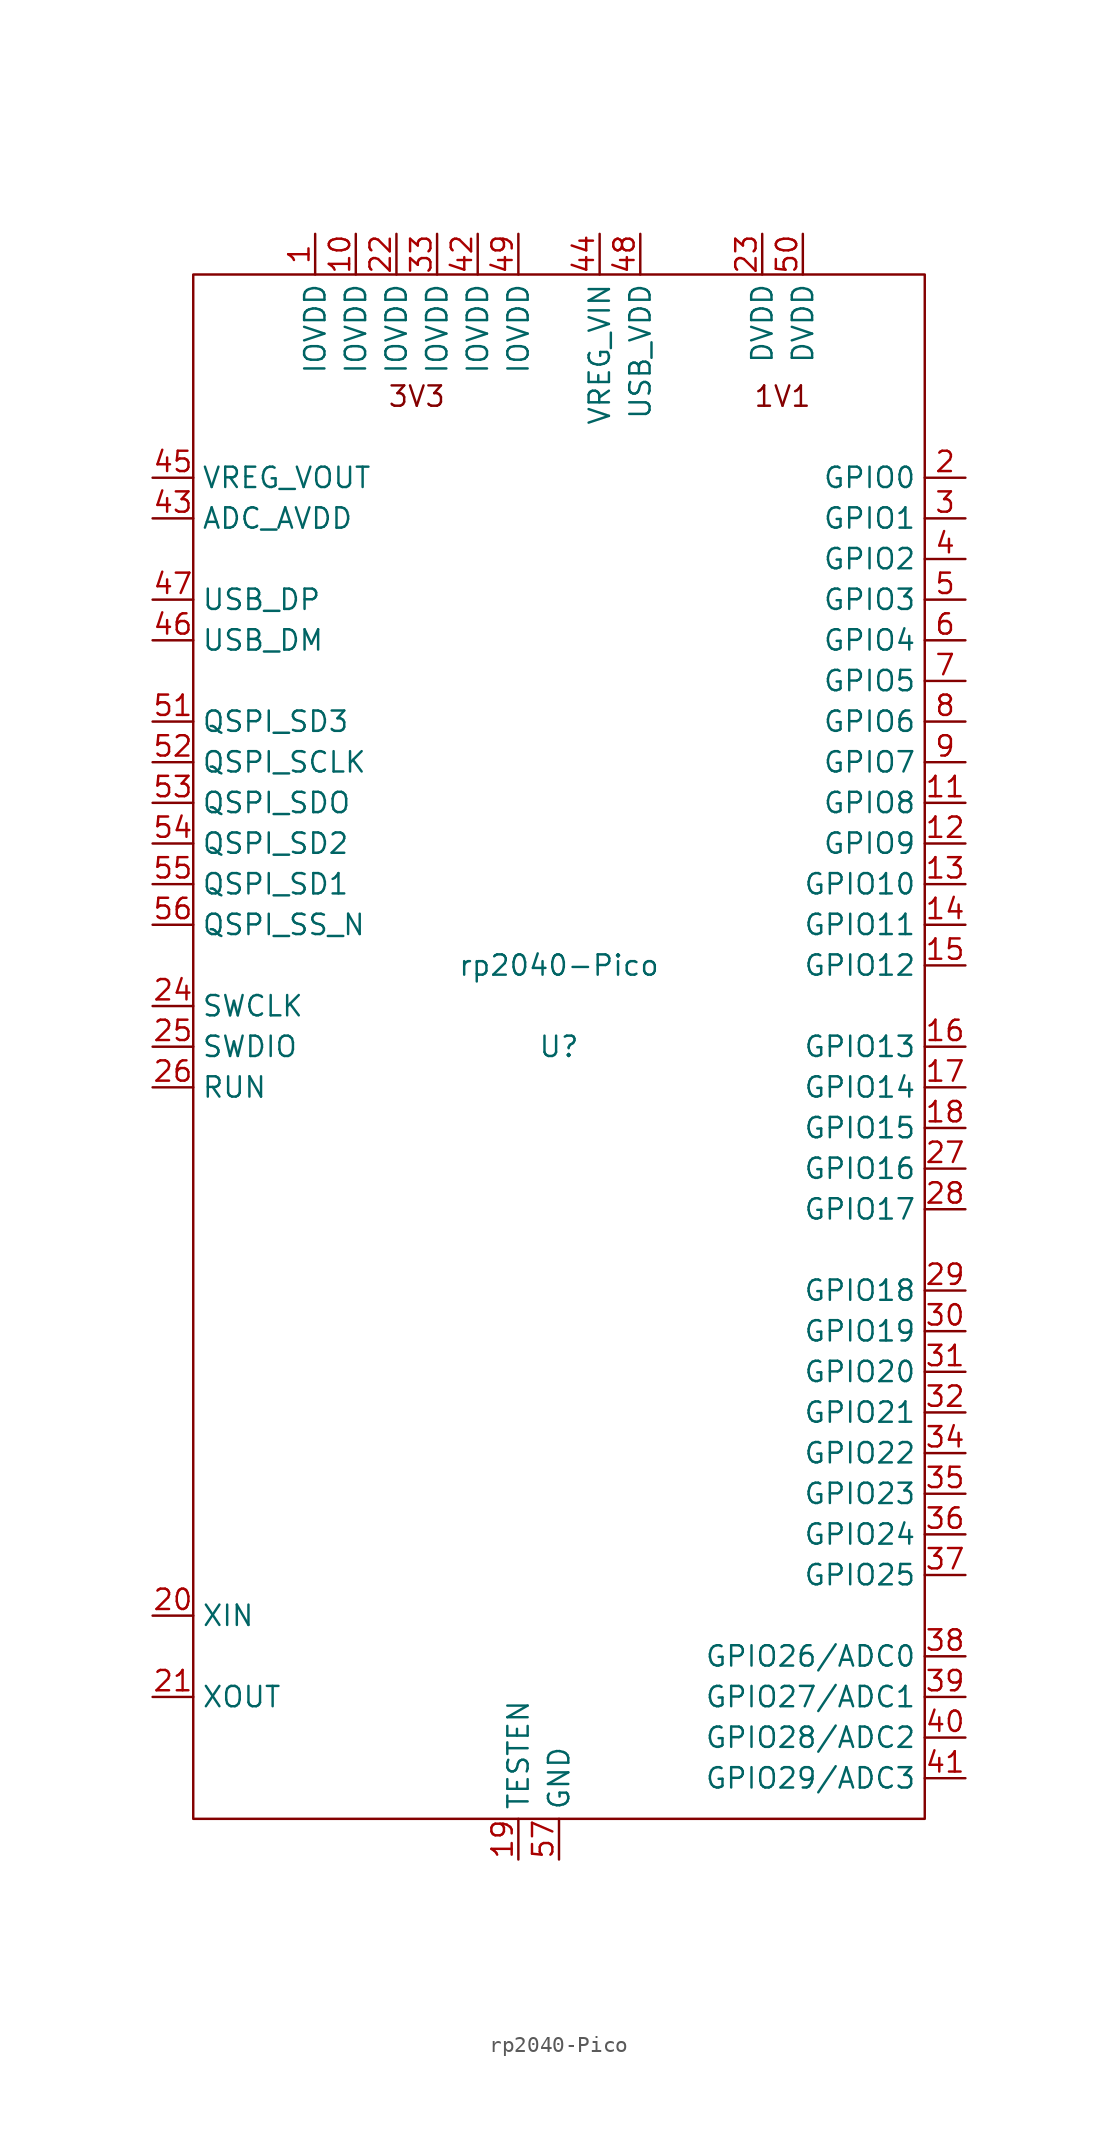
<source format=kicad_sym>
(kicad_symbol_lib
  (version 20211014)
  (generator kicad_symbol_editor)
  (symbol "rp2040-Pico"
    (property "Reference" "U"
      (at 0 -2.54 0)
      (effects (font (size 1.27 1.27))))
    (property "Value" "rp2040-Pico"
      (at 0 2.54 0)
      (effects (font (size 1.27 1.27))))
    (property "DNP" ""
      (at 0 25.4 0)
      (effects (font (size 1.27 1.27))))
    (symbol "rp2040-Pico_0_0"
      (text "1V1" (at 13.97 38.1 0) (effects (font (size 1.27 1.27))))
      (text "3V3" (at -8.89 38.1 0) (effects (font (size 1.27 1.27)))))
    (symbol "rp2040-Pico_0_1"
      (rectangle (start -22.86 45.72) (end 22.86 -50.8) (stroke (width 0) (type default) (color 0 0 0 0)) (fill (type none))))
    (symbol "rp2040-Pico_1_1"
      (pin bidirectional line (at -15.24 48.26 270) (length 2.54) (name "IOVDD" (effects (font (size 1.27 1.27)))) (number "1" (effects (font (size 1.27 1.27)))))
      (pin bidirectional line (at -12.7 48.26 270) (length 2.54) (name "IOVDD" (effects (font (size 1.27 1.27)))) (number "10" (effects (font (size 1.27 1.27)))))
      (pin bidirectional line (at 25.4 12.7 180) (length 2.54) (name "GPIO8" (effects (font (size 1.27 1.27)))) (number "11" (effects (font (size 1.27 1.27)))) (alternate "I2C0 SDA" bidirectional line) (alternate "SPI1 RX" bidirectional line) (alternate "UART1 TX" bidirectional line))
      (pin bidirectional line (at 25.4 10.16 180) (length 2.54) (name "GPIO9" (effects (font (size 1.27 1.27)))) (number "12" (effects (font (size 1.27 1.27)))) (alternate "I2C0 SCL" bidirectional line) (alternate "SPI1 CSn" bidirectional line) (alternate "UART1 RX" bidirectional line))
      (pin bidirectional line (at 25.4 7.62 180) (length 2.54) (name "GPIO10" (effects (font (size 1.27 1.27)))) (number "13" (effects (font (size 1.27 1.27)))))
      (pin bidirectional line (at 25.4 5.08 180) (length 2.54) (name "GPIO11" (effects (font (size 1.27 1.27)))) (number "14" (effects (font (size 1.27 1.27)))) (alternate "I2C1 SDA" bidirectional line) (alternate "SPI1 SCK" bidirectional line))
      (pin bidirectional line (at 25.4 2.54 180) (length 2.54) (name "GPIO12" (effects (font (size 1.27 1.27)))) (number "15" (effects (font (size 1.27 1.27)))) (alternate "I2C1 SCL" bidirectional line) (alternate "SPI1 TX" bidirectional line))
      (pin bidirectional line (at 25.4 -2.54 180) (length 2.54) (name "GPIO13" (effects (font (size 1.27 1.27)))) (number "16" (effects (font (size 1.27 1.27)))) (alternate "I2C0 SDA" bidirectional line) (alternate "SPI1 RX" bidirectional line) (alternate "UART0 TX" bidirectional line))
      (pin bidirectional line (at 25.4 -5.08 180) (length 2.54) (name "GPIO14" (effects (font (size 1.27 1.27)))) (number "17" (effects (font (size 1.27 1.27)))) (alternate "I2C0 SCL" bidirectional line) (alternate "SPI1 CSn" bidirectional line) (alternate "UART0 RX" bidirectional line))
      (pin bidirectional line (at 25.4 -7.62 180) (length 2.54) (name "GPIO15" (effects (font (size 1.27 1.27)))) (number "18" (effects (font (size 1.27 1.27)))))
      (pin bidirectional line (at -2.54 -53.34 90) (length 2.54) (name "TESTEN" (effects (font (size 1.27 1.27)))) (number "19" (effects (font (size 1.27 1.27)))) (alternate "I2C1 SDA" bidirectional line) (alternate "SPI1 SCK" bidirectional line))
      (pin bidirectional line (at 25.4 33.02 180) (length 2.54) (name "GPIO0" (effects (font (size 1.27 1.27)))) (number "2" (effects (font (size 1.27 1.27)))))
      (pin bidirectional line (at -25.4 -38.1 0) (length 2.54) (name "XIN" (effects (font (size 1.27 1.27)))) (number "20" (effects (font (size 1.27 1.27)))) (alternate "I2C1 SCL" bidirectional line) (alternate "SPI1 TX" bidirectional line))
      (pin bidirectional line (at -25.4 -43.18 0) (length 2.54) (name "XOUT" (effects (font (size 1.27 1.27)))) (number "21" (effects (font (size 1.27 1.27)))) (alternate "I2C0 SDA" bidirectional line) (alternate "SPI0 RX" bidirectional line) (alternate "UART0 TX" bidirectional line))
      (pin bidirectional line (at -10.16 48.26 270) (length 2.54) (name "IOVDD" (effects (font (size 1.27 1.27)))) (number "22" (effects (font (size 1.27 1.27)))) (alternate "I2C0 SCL" bidirectional line) (alternate "SPI0 CSn" bidirectional line) (alternate "UART0 RX" bidirectional line))
      (pin bidirectional line (at 12.7 48.26 270) (length 2.54) (name "DVDD" (effects (font (size 1.27 1.27)))) (number "23" (effects (font (size 1.27 1.27)))))
      (pin bidirectional line (at -25.4 0 0) (length 2.54) (name "SWCLK" (effects (font (size 1.27 1.27)))) (number "24" (effects (font (size 1.27 1.27)))) (alternate "I2C1 SDA" bidirectional line) (alternate "SPI0 SCK" bidirectional line))
      (pin bidirectional line (at -25.4 -2.54 0) (length 2.54) (name "SWDIO" (effects (font (size 1.27 1.27)))) (number "25" (effects (font (size 1.27 1.27)))) (alternate "I2C1 SCL" bidirectional line) (alternate "SPI0 TX" bidirectional line))
      (pin bidirectional line (at -25.4 -5.08 0) (length 2.54) (name "RUN" (effects (font (size 1.27 1.27)))) (number "26" (effects (font (size 1.27 1.27)))) (alternate "I2C0 SDA" bidirectional line))
      (pin bidirectional line (at 25.4 -10.16 180) (length 2.54) (name "GPIO16" (effects (font (size 1.27 1.27)))) (number "27" (effects (font (size 1.27 1.27)))) (alternate "I2C0 SCL" bidirectional line))
      (pin bidirectional line (at 25.4 -12.7 180) (length 2.54) (name "GPIO17" (effects (font (size 1.27 1.27)))) (number "28" (effects (font (size 1.27 1.27)))))
      (pin bidirectional line (at 25.4 -17.78 180) (length 2.54) (name "GPIO18" (effects (font (size 1.27 1.27)))) (number "29" (effects (font (size 1.27 1.27)))))
      (pin bidirectional line (at 25.4 30.48 180) (length 2.54) (name "GPIO1" (effects (font (size 1.27 1.27)))) (number "3" (effects (font (size 1.27 1.27)))))
      (pin bidirectional line (at 25.4 -20.32 180) (length 2.54) (name "GPIO19" (effects (font (size 1.27 1.27)))) (number "30" (effects (font (size 1.27 1.27)))) (alternate "ADC0" bidirectional line) (alternate "I2C1 SDA" bidirectional line))
      (pin bidirectional line (at 25.4 -22.86 180) (length 2.54) (name "GPIO20" (effects (font (size 1.27 1.27)))) (number "31" (effects (font (size 1.27 1.27)))) (alternate "ADC1" bidirectional line) (alternate "I2C1 SCL" bidirectional line))
      (pin bidirectional line (at 25.4 -25.4 180) (length 2.54) (name "GPIO21" (effects (font (size 1.27 1.27)))) (number "32" (effects (font (size 1.27 1.27)))) (alternate "ADC2" bidirectional line))
      (pin bidirectional line (at -7.62 48.26 270) (length 2.54) (name "IOVDD" (effects (font (size 1.27 1.27)))) (number "33" (effects (font (size 1.27 1.27)))))
      (pin bidirectional line (at 25.4 -27.94 180) (length 2.54) (name "GPIO22" (effects (font (size 1.27 1.27)))) (number "34" (effects (font (size 1.27 1.27)))))
      (pin bidirectional line (at 25.4 -30.48 180) (length 2.54) (name "GPIO23" (effects (font (size 1.27 1.27)))) (number "35" (effects (font (size 1.27 1.27)))))
      (pin bidirectional line (at 25.4 -33.02 180) (length 2.54) (name "GPIO24" (effects (font (size 1.27 1.27)))) (number "36" (effects (font (size 1.27 1.27)))))
      (pin bidirectional line (at 25.4 -35.56 180) (length 2.54) (name "GPIO25" (effects (font (size 1.27 1.27)))) (number "37" (effects (font (size 1.27 1.27)))))
      (pin bidirectional line (at 25.4 -40.64 180) (length 2.54) (name "GPIO26/ADC0" (effects (font (size 1.27 1.27)))) (number "38" (effects (font (size 1.27 1.27)))) (alternate "ADC0" bidirectional line))
      (pin bidirectional line (at 25.4 -43.18 180) (length 2.54) (name "GPIO27/ADC1" (effects (font (size 1.27 1.27)))) (number "39" (effects (font (size 1.27 1.27)))) (alternate "ADC1" bidirectional line))
      (pin bidirectional line (at 25.4 27.94 180) (length 2.54) (name "GPIO2" (effects (font (size 1.27 1.27)))) (number "4" (effects (font (size 1.27 1.27)))))
      (pin bidirectional line (at 25.4 -45.72 180) (length 2.54) (name "GPIO28/ADC2" (effects (font (size 1.27 1.27)))) (number "40" (effects (font (size 1.27 1.27)))) (alternate "ADC2" bidirectional line))
      (pin bidirectional line (at 25.4 -48.26 180) (length 2.54) (name "GPIO29/ADC3" (effects (font (size 1.27 1.27)))) (number "41" (effects (font (size 1.27 1.27)))) (alternate "ADC3" bidirectional line))
      (pin bidirectional line (at -5.08 48.26 270) (length 2.54) (name "IOVDD" (effects (font (size 1.27 1.27)))) (number "42" (effects (font (size 1.27 1.27)))))
      (pin bidirectional line (at -25.4 30.48 0) (length 2.54) (name "ADC_AVDD" (effects (font (size 1.27 1.27)))) (number "43" (effects (font (size 1.27 1.27)))))
      (pin bidirectional line (at 2.54 48.26 270) (length 2.54) (name "VREG_VIN" (effects (font (size 1.27 1.27)))) (number "44" (effects (font (size 1.27 1.27)))))
      (pin bidirectional line (at -25.4 33.02 0) (length 2.54) (name "VREG_VOUT" (effects (font (size 1.27 1.27)))) (number "45" (effects (font (size 1.27 1.27)))))
      (pin bidirectional line (at -25.4 22.86 0) (length 2.54) (name "USB_DM" (effects (font (size 1.27 1.27)))) (number "46" (effects (font (size 1.27 1.27)))))
      (pin bidirectional line (at -25.4 25.4 0) (length 2.54) (name "USB_DP" (effects (font (size 1.27 1.27)))) (number "47" (effects (font (size 1.27 1.27)))))
      (pin bidirectional line (at 5.08 48.26 270) (length 2.54) (name "USB_VDD" (effects (font (size 1.27 1.27)))) (number "48" (effects (font (size 1.27 1.27)))))
      (pin bidirectional line (at -2.54 48.26 270) (length 2.54) (name "IOVDD" (effects (font (size 1.27 1.27)))) (number "49" (effects (font (size 1.27 1.27)))))
      (pin bidirectional line (at 25.4 25.4 180) (length 2.54) (name "GPIO3" (effects (font (size 1.27 1.27)))) (number "5" (effects (font (size 1.27 1.27)))) (alternate "I2C1 SCL" bidirectional line) (alternate "SPI0 TX" bidirectional line))
      (pin bidirectional line (at 15.24 48.26 270) (length 2.54) (name "DVDD" (effects (font (size 1.27 1.27)))) (number "50" (effects (font (size 1.27 1.27)))))
      (pin bidirectional line (at -25.4 17.78 0) (length 2.54) (name "QSPI_SD3" (effects (font (size 1.27 1.27)))) (number "51" (effects (font (size 1.27 1.27)))))
      (pin bidirectional line (at -25.4 15.24 0) (length 2.54) (name "QSPI_SCLK" (effects (font (size 1.27 1.27)))) (number "52" (effects (font (size 1.27 1.27)))))
      (pin bidirectional line (at -25.4 12.7 0) (length 2.54) (name "QSPI_SDO" (effects (font (size 1.27 1.27)))) (number "53" (effects (font (size 1.27 1.27)))))
      (pin bidirectional line (at -25.4 10.16 0) (length 2.54) (name "QSPI_SD2" (effects (font (size 1.27 1.27)))) (number "54" (effects (font (size 1.27 1.27)))))
      (pin bidirectional line (at -25.4 7.62 0) (length 2.54) (name "QSPI_SD1" (effects (font (size 1.27 1.27)))) (number "55" (effects (font (size 1.27 1.27)))))
      (pin bidirectional line (at -25.4 5.08 0) (length 2.54) (name "QSPI_SS_N" (effects (font (size 1.27 1.27)))) (number "56" (effects (font (size 1.27 1.27)))))
      (pin bidirectional line (at 0 -53.34 90) (length 2.54) (name "GND" (effects (font (size 1.27 1.27)))) (number "57" (effects (font (size 1.27 1.27)))))
      (pin bidirectional line (at 25.4 22.86 180) (length 2.54) (name "GPIO4" (effects (font (size 1.27 1.27)))) (number "6" (effects (font (size 1.27 1.27)))) (alternate "I2C0 SDA" bidirectional line) (alternate "SPI0 RX" bidirectional line) (alternate "UART1 TX" bidirectional line))
      (pin bidirectional line (at 25.4 20.32 180) (length 2.54) (name "GPIO5" (effects (font (size 1.27 1.27)))) (number "7" (effects (font (size 1.27 1.27)))) (alternate "I2C0 SCL" bidirectional line) (alternate "SPI0 CSn" bidirectional line) (alternate "UART1 RX" bidirectional line))
      (pin bidirectional line (at 25.4 17.78 180) (length 2.54) (name "GPIO6" (effects (font (size 1.27 1.27)))) (number "8" (effects (font (size 1.27 1.27)))))
      (pin bidirectional line (at 25.4 15.24 180) (length 2.54) (name "GPIO7" (effects (font (size 1.27 1.27)))) (number "9" (effects (font (size 1.27 1.27)))) (alternate "I2C1 SDA" bidirectional line) (alternate "SPI0 SCK" bidirectional line)))))
</source>
